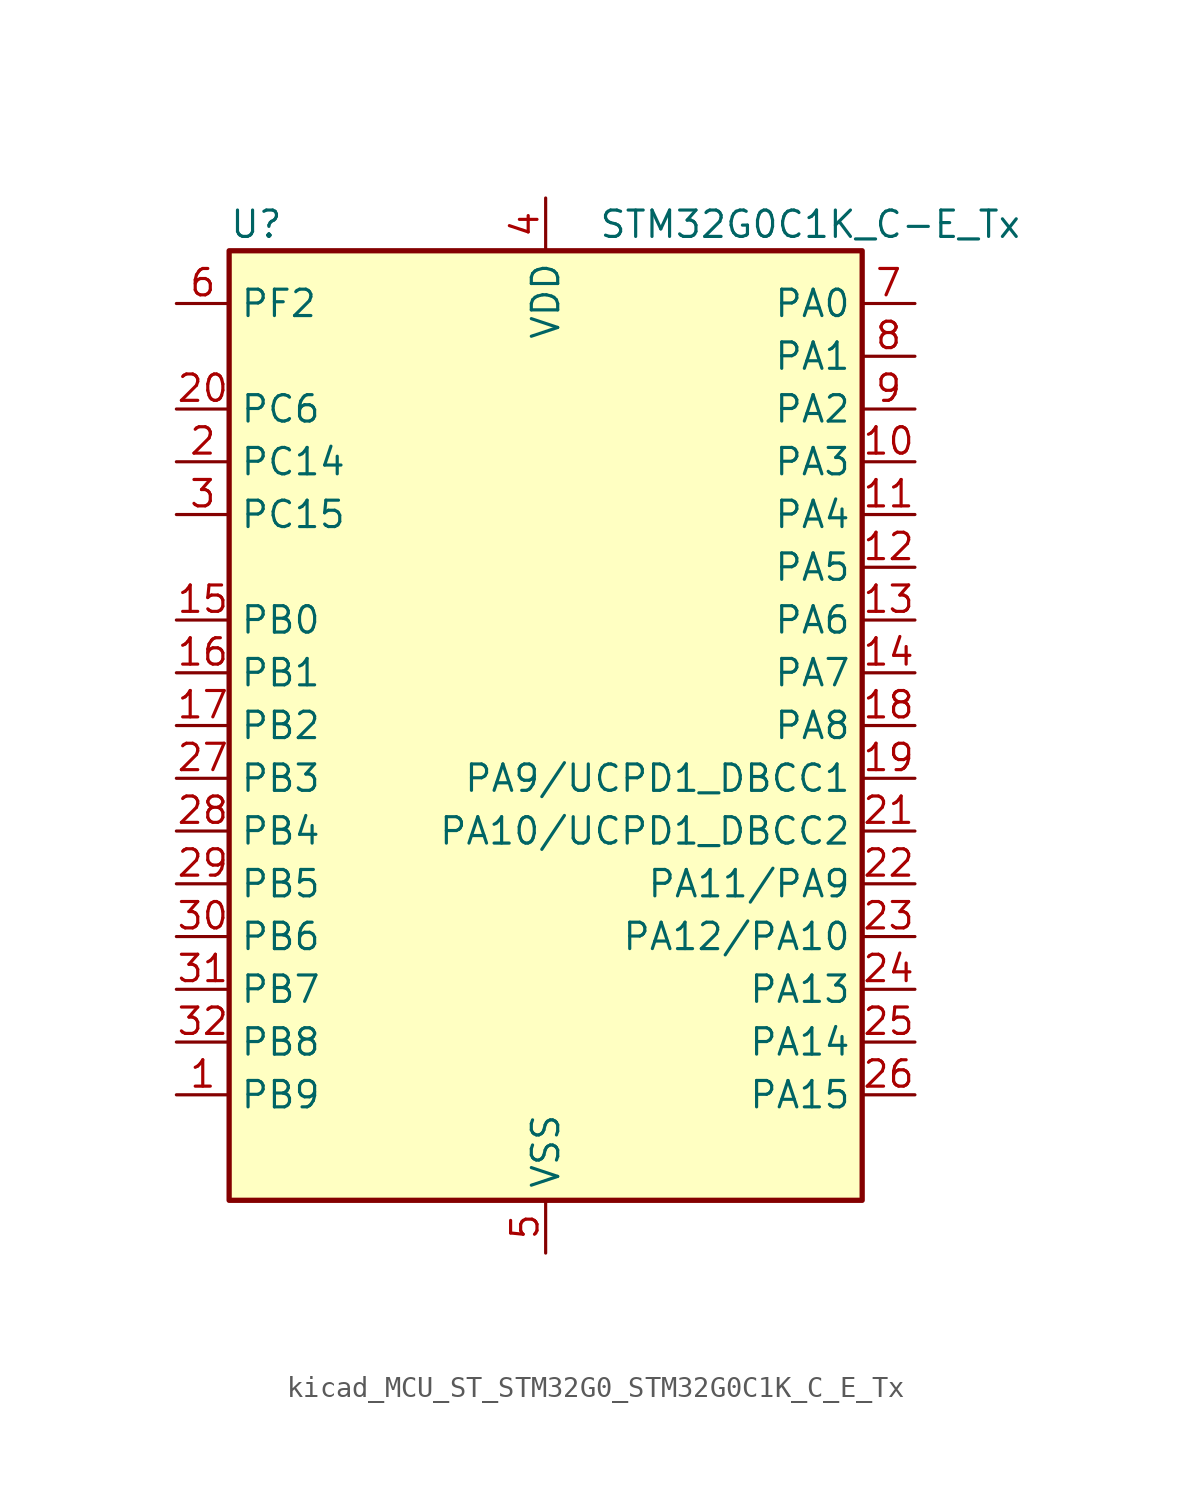
<source format=kicad_sym>
(kicad_symbol_lib
  (version 20220914)
  (generator kicad_symbol_editor)
  (symbol "kicad_MCU_ST_STM32G0_STM32G0C1K_C_E_Tx"
    (property "Reference" "U"
      (at -15.24 24.13 0)
      (effects (font (size 1.27 1.27)) (justify left)))
    (property "Value" "STM32G0C1K_C-E_Tx"
      (at 2.54 24.13 0)
      (effects (font (size 1.27 1.27)) (justify left)))
    (property "ki_locked" ""
      (at 0 0 0)
      (effects (font (size 1.27 1.27))))
    (symbol "kicad_MCU_ST_STM32G0_STM32G0C1K_C_E_Tx_0_1"
      (rectangle (start -15.24 -22.86) (end 15.24 22.86) (stroke (width 0.254) (type default)) (fill (type background))))
    (symbol "kicad_MCU_ST_STM32G0_STM32G0C1K_C_E_Tx_1_1"
      (pin bidirectional line (at -17.78 -17.78 0) (length 2.54) (name "PB9" (effects (font (size 1.27 1.27)))) (number "1" (effects (font (size 1.27 1.27)))) (alternate "DAC1_EXTI9" bidirectional line) (alternate "FDCAN1_TX" bidirectional line) (alternate "I2C1_SDA" bidirectional line) (alternate "I2S2_WS" bidirectional line) (alternate "IR_OUT" bidirectional line) (alternate "SPI2_NSS" bidirectional line) (alternate "TIM17_CH1" bidirectional line) (alternate "TIM4_CH4" bidirectional line) (alternate "USART3_RX" bidirectional line) (alternate "USART6_RX" bidirectional line))
      (pin bidirectional line (at 17.78 12.7 180) (length 2.54) (name "PA3" (effects (font (size 1.27 1.27)))) (number "10" (effects (font (size 1.27 1.27)))) (alternate "ADC1_IN3" bidirectional line) (alternate "COMP2_INP" bidirectional line) (alternate "I2S2_MCK" bidirectional line) (alternate "LPUART1_RX" bidirectional line) (alternate "SPI2_MISO" bidirectional line) (alternate "TIM15_CH2" bidirectional line) (alternate "TIM2_CH4" bidirectional line) (alternate "USART2_RX" bidirectional line))
      (pin bidirectional line (at 17.78 10.16 180) (length 2.54) (name "PA4" (effects (font (size 1.27 1.27)))) (number "11" (effects (font (size 1.27 1.27)))) (alternate "ADC1_IN4" bidirectional line) (alternate "DAC1_OUT1" bidirectional line) (alternate "I2S1_WS" bidirectional line) (alternate "I2S2_SD" bidirectional line) (alternate "LPTIM2_OUT" bidirectional line) (alternate "RTC_OUT1" bidirectional line) (alternate "RTC_TAMP_IN1" bidirectional line) (alternate "RTC_TS" bidirectional line) (alternate "SPI1_NSS" bidirectional line) (alternate "SPI2_MOSI" bidirectional line) (alternate "SPI3_NSS" bidirectional line) (alternate "SYS_WKUP2" bidirectional line) (alternate "TIM14_CH1" bidirectional line) (alternate "USART6_TX" bidirectional line) (alternate "USB_NOE" bidirectional line))
      (pin bidirectional line (at 17.78 7.62 180) (length 2.54) (name "PA5" (effects (font (size 1.27 1.27)))) (number "12" (effects (font (size 1.27 1.27)))) (alternate "ADC1_IN5" bidirectional line) (alternate "CEC" bidirectional line) (alternate "DAC1_OUT2" bidirectional line) (alternate "I2S1_CK" bidirectional line) (alternate "LPTIM2_ETR" bidirectional line) (alternate "SPI1_SCK" bidirectional line) (alternate "TIM2_CH1" bidirectional line) (alternate "TIM2_ETR" bidirectional line) (alternate "UCPD1_FRSTX1" bidirectional line) (alternate "UCPD1_FRSTX2" bidirectional line) (alternate "USART3_TX" bidirectional line) (alternate "USART6_RX" bidirectional line))
      (pin bidirectional line (at 17.78 5.08 180) (length 2.54) (name "PA6" (effects (font (size 1.27 1.27)))) (number "13" (effects (font (size 1.27 1.27)))) (alternate "ADC1_IN6" bidirectional line) (alternate "COMP1_OUT" bidirectional line) (alternate "I2C2_SDA" bidirectional line) (alternate "I2C3_SDA" bidirectional line) (alternate "I2S1_MCK" bidirectional line) (alternate "LPUART1_CTS" bidirectional line) (alternate "SPI1_MISO" bidirectional line) (alternate "TIM16_CH1" bidirectional line) (alternate "TIM1_BK" bidirectional line) (alternate "TIM3_CH1" bidirectional line) (alternate "USART3_CTS" bidirectional line) (alternate "USART3_NSS" bidirectional line) (alternate "USART6_CTS" bidirectional line) (alternate "USART6_NSS" bidirectional line))
      (pin bidirectional line (at 17.78 2.54 180) (length 2.54) (name "PA7" (effects (font (size 1.27 1.27)))) (number "14" (effects (font (size 1.27 1.27)))) (alternate "ADC1_IN7" bidirectional line) (alternate "COMP2_OUT" bidirectional line) (alternate "I2C2_SCL" bidirectional line) (alternate "I2C3_SCL" bidirectional line) (alternate "I2S1_SD" bidirectional line) (alternate "SPI1_MOSI" bidirectional line) (alternate "TIM14_CH1" bidirectional line) (alternate "TIM17_CH1" bidirectional line) (alternate "TIM1_CH1N" bidirectional line) (alternate "TIM3_CH2" bidirectional line) (alternate "UCPD1_FRSTX1" bidirectional line) (alternate "UCPD1_FRSTX2" bidirectional line) (alternate "USART6_CK" bidirectional line) (alternate "USART6_DE" bidirectional line) (alternate "USART6_RTS" bidirectional line))
      (pin bidirectional line (at -17.78 5.08 0) (length 2.54) (name "PB0" (effects (font (size 1.27 1.27)))) (number "15" (effects (font (size 1.27 1.27)))) (alternate "ADC1_IN8" bidirectional line) (alternate "COMP1_OUT" bidirectional line) (alternate "COMP3_INP" bidirectional line) (alternate "FDCAN2_RX" bidirectional line) (alternate "I2S1_WS" bidirectional line) (alternate "LPTIM1_OUT" bidirectional line) (alternate "LPUART2_CTS" bidirectional line) (alternate "SPI1_NSS" bidirectional line) (alternate "TIM1_CH2N" bidirectional line) (alternate "TIM3_CH3" bidirectional line) (alternate "UCPD1_FRSTX1" bidirectional line) (alternate "UCPD1_FRSTX2" bidirectional line) (alternate "USART3_RX" bidirectional line) (alternate "USART5_TX" bidirectional line))
      (pin bidirectional line (at -17.78 2.54 0) (length 2.54) (name "PB1" (effects (font (size 1.27 1.27)))) (number "16" (effects (font (size 1.27 1.27)))) (alternate "ADC1_IN9" bidirectional line) (alternate "COMP1_INM" bidirectional line) (alternate "COMP3_OUT" bidirectional line) (alternate "FDCAN2_TX" bidirectional line) (alternate "LPTIM2_IN1" bidirectional line) (alternate "LPUART1_DE" bidirectional line) (alternate "LPUART1_RTS" bidirectional line) (alternate "LPUART2_DE" bidirectional line) (alternate "LPUART2_RTS" bidirectional line) (alternate "TIM14_CH1" bidirectional line) (alternate "TIM1_CH3N" bidirectional line) (alternate "TIM3_CH4" bidirectional line) (alternate "USART3_CK" bidirectional line) (alternate "USART3_DE" bidirectional line) (alternate "USART3_RTS" bidirectional line) (alternate "USART5_RX" bidirectional line))
      (pin bidirectional line (at -17.78 0 0) (length 2.54) (name "PB2" (effects (font (size 1.27 1.27)))) (number "17" (effects (font (size 1.27 1.27)))) (alternate "ADC1_IN10" bidirectional line) (alternate "COMP1_INP" bidirectional line) (alternate "COMP3_INM" bidirectional line) (alternate "I2S2_MCK" bidirectional line) (alternate "LPTIM1_OUT" bidirectional line) (alternate "RCC_MCO_2" bidirectional line) (alternate "SPI2_MISO" bidirectional line) (alternate "USART3_TX" bidirectional line))
      (pin bidirectional line (at 17.78 0 180) (length 2.54) (name "PA8" (effects (font (size 1.27 1.27)))) (number "18" (effects (font (size 1.27 1.27)))) (alternate "CRS1_SYNC" bidirectional line) (alternate "I2C2_SMBA" bidirectional line) (alternate "I2S2_WS" bidirectional line) (alternate "LPTIM2_OUT" bidirectional line) (alternate "RCC_MCO" bidirectional line) (alternate "SPI2_NSS" bidirectional line) (alternate "TIM1_CH1" bidirectional line) (alternate "UCPD1_CC1" bidirectional line))
      (pin bidirectional line (at 17.78 -2.54 180) (length 2.54) (name "PA9/UCPD1_DBCC1" (effects (font (size 1.27 1.27)))) (number "19" (effects (font (size 1.27 1.27)))) (alternate "DAC1_EXTI9" bidirectional line) (alternate "I2C1_SCL" bidirectional line) (alternate "I2C2_SCL" bidirectional line) (alternate "I2S2_MCK" bidirectional line) (alternate "RCC_MCO" bidirectional line) (alternate "SPI2_MISO" bidirectional line) (alternate "TIM15_BK" bidirectional line) (alternate "TIM1_CH2" bidirectional line) (alternate "UCPD1_DBCC1" bidirectional line) (alternate "USART1_TX" bidirectional line))
      (pin bidirectional line (at -17.78 12.7 0) (length 2.54) (name "PC14" (effects (font (size 1.27 1.27)))) (number "2" (effects (font (size 1.27 1.27)))) (alternate "RCC_OSC32_IN" bidirectional line) (alternate "RCC_OSC_IN" bidirectional line) (alternate "TIM1_BK2" bidirectional line))
      (pin bidirectional line (at -17.78 15.24 0) (length 2.54) (name "PC6" (effects (font (size 1.27 1.27)))) (number "20" (effects (font (size 1.27 1.27)))) (alternate "LPUART2_TX" bidirectional line) (alternate "TIM2_CH3" bidirectional line) (alternate "TIM3_CH1" bidirectional line) (alternate "UCPD1_FRSTX1" bidirectional line) (alternate "UCPD1_FRSTX2" bidirectional line))
      (pin bidirectional line (at 17.78 -5.08 180) (length 2.54) (name "PA10/UCPD1_DBCC2" (effects (font (size 1.27 1.27)))) (number "21" (effects (font (size 1.27 1.27)))) (alternate "I2C1_SDA" bidirectional line) (alternate "I2C2_SDA" bidirectional line) (alternate "I2S2_SD" bidirectional line) (alternate "RCC_MCO_2" bidirectional line) (alternate "SPI2_MOSI" bidirectional line) (alternate "TIM17_BK" bidirectional line) (alternate "TIM1_CH3" bidirectional line) (alternate "UCPD1_DBCC2" bidirectional line) (alternate "USART1_RX" bidirectional line))
      (pin bidirectional line (at 17.78 -7.62 180) (length 2.54) (name "PA11/PA9" (effects (font (size 1.27 1.27)))) (number "22" (effects (font (size 1.27 1.27)))) (alternate "ADC1_EXTI11" bidirectional line) (alternate "COMP1_OUT" bidirectional line) (alternate "FDCAN1_RX" bidirectional line) (alternate "I2C2_SCL" bidirectional line) (alternate "I2S1_MCK" bidirectional line) (alternate "SPI1_MISO" bidirectional line) (alternate "TIM1_BK2" bidirectional line) (alternate "TIM1_CH4" bidirectional line) (alternate "USART1_CTS" bidirectional line) (alternate "USART1_NSS" bidirectional line) (alternate "USB_DM" bidirectional line))
      (pin bidirectional line (at 17.78 -10.16 180) (length 2.54) (name "PA12/PA10" (effects (font (size 1.27 1.27)))) (number "23" (effects (font (size 1.27 1.27)))) (alternate "COMP2_OUT" bidirectional line) (alternate "FDCAN1_TX" bidirectional line) (alternate "I2C2_SDA" bidirectional line) (alternate "I2S1_SD" bidirectional line) (alternate "I2S_CKIN" bidirectional line) (alternate "SPI1_MOSI" bidirectional line) (alternate "TIM1_ETR" bidirectional line) (alternate "USART1_CK" bidirectional line) (alternate "USART1_DE" bidirectional line) (alternate "USART1_RTS" bidirectional line) (alternate "USB_DP" bidirectional line))
      (pin bidirectional line (at 17.78 -12.7 180) (length 2.54) (name "PA13" (effects (font (size 1.27 1.27)))) (number "24" (effects (font (size 1.27 1.27)))) (alternate "IR_OUT" bidirectional line) (alternate "LPUART2_RX" bidirectional line) (alternate "SYS_SWDIO" bidirectional line) (alternate "USB_NOE" bidirectional line))
      (pin bidirectional line (at 17.78 -15.24 180) (length 2.54) (name "PA14" (effects (font (size 1.27 1.27)))) (number "25" (effects (font (size 1.27 1.27)))) (alternate "LPUART2_TX" bidirectional line) (alternate "SYS_SWCLK" bidirectional line) (alternate "USART2_TX" bidirectional line))
      (pin bidirectional line (at 17.78 -17.78 180) (length 2.54) (name "PA15" (effects (font (size 1.27 1.27)))) (number "26" (effects (font (size 1.27 1.27)))) (alternate "I2C2_SMBA" bidirectional line) (alternate "I2S1_WS" bidirectional line) (alternate "RCC_MCO_2" bidirectional line) (alternate "SPI1_NSS" bidirectional line) (alternate "SPI3_NSS" bidirectional line) (alternate "TIM2_CH1" bidirectional line) (alternate "TIM2_ETR" bidirectional line) (alternate "USART2_RX" bidirectional line) (alternate "USART3_CK" bidirectional line) (alternate "USART3_DE" bidirectional line) (alternate "USART3_RTS" bidirectional line) (alternate "USART4_CK" bidirectional line) (alternate "USART4_DE" bidirectional line) (alternate "USART4_RTS" bidirectional line) (alternate "USB_NOE" bidirectional line))
      (pin bidirectional line (at -17.78 -2.54 0) (length 2.54) (name "PB3" (effects (font (size 1.27 1.27)))) (number "27" (effects (font (size 1.27 1.27)))) (alternate "COMP2_INM" bidirectional line) (alternate "I2C2_SCL" bidirectional line) (alternate "I2C3_SCL" bidirectional line) (alternate "I2S1_CK" bidirectional line) (alternate "SPI1_SCK" bidirectional line) (alternate "SPI3_SCK" bidirectional line) (alternate "TIM1_CH2" bidirectional line) (alternate "TIM2_CH2" bidirectional line) (alternate "USART1_CK" bidirectional line) (alternate "USART1_DE" bidirectional line) (alternate "USART1_RTS" bidirectional line) (alternate "USART5_TX" bidirectional line))
      (pin bidirectional line (at -17.78 -5.08 0) (length 2.54) (name "PB4" (effects (font (size 1.27 1.27)))) (number "28" (effects (font (size 1.27 1.27)))) (alternate "COMP2_INP" bidirectional line) (alternate "I2C2_SDA" bidirectional line) (alternate "I2C3_SDA" bidirectional line) (alternate "I2S1_MCK" bidirectional line) (alternate "SPI1_MISO" bidirectional line) (alternate "SPI3_MISO" bidirectional line) (alternate "TIM17_BK" bidirectional line) (alternate "TIM3_CH1" bidirectional line) (alternate "USART1_CTS" bidirectional line) (alternate "USART1_NSS" bidirectional line) (alternate "USART5_RX" bidirectional line))
      (pin bidirectional line (at -17.78 -7.62 0) (length 2.54) (name "PB5" (effects (font (size 1.27 1.27)))) (number "29" (effects (font (size 1.27 1.27)))) (alternate "COMP2_OUT" bidirectional line) (alternate "FDCAN2_RX" bidirectional line) (alternate "I2C1_SMBA" bidirectional line) (alternate "I2S1_SD" bidirectional line) (alternate "LPTIM1_IN1" bidirectional line) (alternate "SPI1_MOSI" bidirectional line) (alternate "SPI3_MOSI" bidirectional line) (alternate "SYS_WKUP6" bidirectional line) (alternate "TIM16_BK" bidirectional line) (alternate "TIM3_CH2" bidirectional line) (alternate "USART5_CK" bidirectional line) (alternate "USART5_DE" bidirectional line) (alternate "USART5_RTS" bidirectional line))
      (pin bidirectional line (at -17.78 10.16 0) (length 2.54) (name "PC15" (effects (font (size 1.27 1.27)))) (number "3" (effects (font (size 1.27 1.27)))) (alternate "RCC_OSC32_EN" bidirectional line) (alternate "RCC_OSC32_OUT" bidirectional line) (alternate "RCC_OSC_EN" bidirectional line) (alternate "TIM15_BK" bidirectional line))
      (pin bidirectional line (at -17.78 -10.16 0) (length 2.54) (name "PB6" (effects (font (size 1.27 1.27)))) (number "30" (effects (font (size 1.27 1.27)))) (alternate "COMP2_INP" bidirectional line) (alternate "FDCAN2_TX" bidirectional line) (alternate "I2C1_SCL" bidirectional line) (alternate "I2S2_MCK" bidirectional line) (alternate "LPTIM1_ETR" bidirectional line) (alternate "LPUART2_TX" bidirectional line) (alternate "SPI2_MISO" bidirectional line) (alternate "TIM16_CH1N" bidirectional line) (alternate "TIM1_CH3" bidirectional line) (alternate "TIM4_CH1" bidirectional line) (alternate "USART1_TX" bidirectional line) (alternate "USART5_CTS" bidirectional line) (alternate "USART5_NSS" bidirectional line))
      (pin bidirectional line (at -17.78 -12.7 0) (length 2.54) (name "PB7" (effects (font (size 1.27 1.27)))) (number "31" (effects (font (size 1.27 1.27)))) (alternate "COMP2_INM" bidirectional line) (alternate "I2C1_SDA" bidirectional line) (alternate "I2S2_SD" bidirectional line) (alternate "LPTIM1_IN2" bidirectional line) (alternate "LPUART2_RX" bidirectional line) (alternate "SPI2_MOSI" bidirectional line) (alternate "SYS_PVD_IN" bidirectional line) (alternate "TIM17_CH1N" bidirectional line) (alternate "TIM4_CH2" bidirectional line) (alternate "USART1_RX" bidirectional line) (alternate "USART4_CTS" bidirectional line) (alternate "USART4_NSS" bidirectional line))
      (pin bidirectional line (at -17.78 -15.24 0) (length 2.54) (name "PB8" (effects (font (size 1.27 1.27)))) (number "32" (effects (font (size 1.27 1.27)))) (alternate "CEC" bidirectional line) (alternate "FDCAN1_RX" bidirectional line) (alternate "I2C1_SCL" bidirectional line) (alternate "I2S2_CK" bidirectional line) (alternate "SPI2_SCK" bidirectional line) (alternate "TIM15_BK" bidirectional line) (alternate "TIM16_CH1" bidirectional line) (alternate "TIM4_CH3" bidirectional line) (alternate "USART3_TX" bidirectional line) (alternate "USART6_TX" bidirectional line))
      (pin power_in line (at 0 25.4 270) (length 2.54) (name "VDD" (effects (font (size 1.27 1.27)))) (number "4" (effects (font (size 1.27 1.27)))))
      (pin power_in line (at 0 -25.4 90) (length 2.54) (name "VSS" (effects (font (size 1.27 1.27)))) (number "5" (effects (font (size 1.27 1.27)))))
      (pin bidirectional line (at -17.78 20.32 0) (length 2.54) (name "PF2" (effects (font (size 1.27 1.27)))) (number "6" (effects (font (size 1.27 1.27)))) (alternate "LPUART2_DE" bidirectional line) (alternate "LPUART2_RTS" bidirectional line) (alternate "LPUART2_TX" bidirectional line) (alternate "RCC_MCO" bidirectional line))
      (pin bidirectional line (at 17.78 20.32 180) (length 2.54) (name "PA0" (effects (font (size 1.27 1.27)))) (number "7" (effects (font (size 1.27 1.27)))) (alternate "ADC1_IN0" bidirectional line) (alternate "COMP1_INM" bidirectional line) (alternate "COMP1_OUT" bidirectional line) (alternate "I2S2_CK" bidirectional line) (alternate "LPTIM1_OUT" bidirectional line) (alternate "RTC_TAMP_IN2" bidirectional line) (alternate "SPI2_SCK" bidirectional line) (alternate "SYS_WKUP1" bidirectional line) (alternate "TIM2_CH1" bidirectional line) (alternate "TIM2_ETR" bidirectional line) (alternate "USART2_CTS" bidirectional line) (alternate "USART2_NSS" bidirectional line) (alternate "USART4_TX" bidirectional line))
      (pin bidirectional line (at 17.78 17.78 180) (length 2.54) (name "PA1" (effects (font (size 1.27 1.27)))) (number "8" (effects (font (size 1.27 1.27)))) (alternate "ADC1_IN1" bidirectional line) (alternate "COMP1_INP" bidirectional line) (alternate "I2C1_SMBA" bidirectional line) (alternate "I2S1_CK" bidirectional line) (alternate "SPI1_SCK" bidirectional line) (alternate "TIM15_CH1N" bidirectional line) (alternate "TIM2_CH2" bidirectional line) (alternate "USART2_CK" bidirectional line) (alternate "USART2_DE" bidirectional line) (alternate "USART2_RTS" bidirectional line) (alternate "USART4_RX" bidirectional line))
      (pin bidirectional line (at 17.78 15.24 180) (length 2.54) (name "PA2" (effects (font (size 1.27 1.27)))) (number "9" (effects (font (size 1.27 1.27)))) (alternate "ADC1_IN2" bidirectional line) (alternate "COMP2_INM" bidirectional line) (alternate "COMP2_OUT" bidirectional line) (alternate "I2S1_SD" bidirectional line) (alternate "LPUART1_TX" bidirectional line) (alternate "RCC_LSCO" bidirectional line) (alternate "SPI1_MOSI" bidirectional line) (alternate "SYS_WKUP4" bidirectional line) (alternate "TIM15_CH1" bidirectional line) (alternate "TIM2_CH3" bidirectional line) (alternate "UCPD1_FRSTX1" bidirectional line) (alternate "UCPD1_FRSTX2" bidirectional line) (alternate "USART2_TX" bidirectional line)))))
</source>
